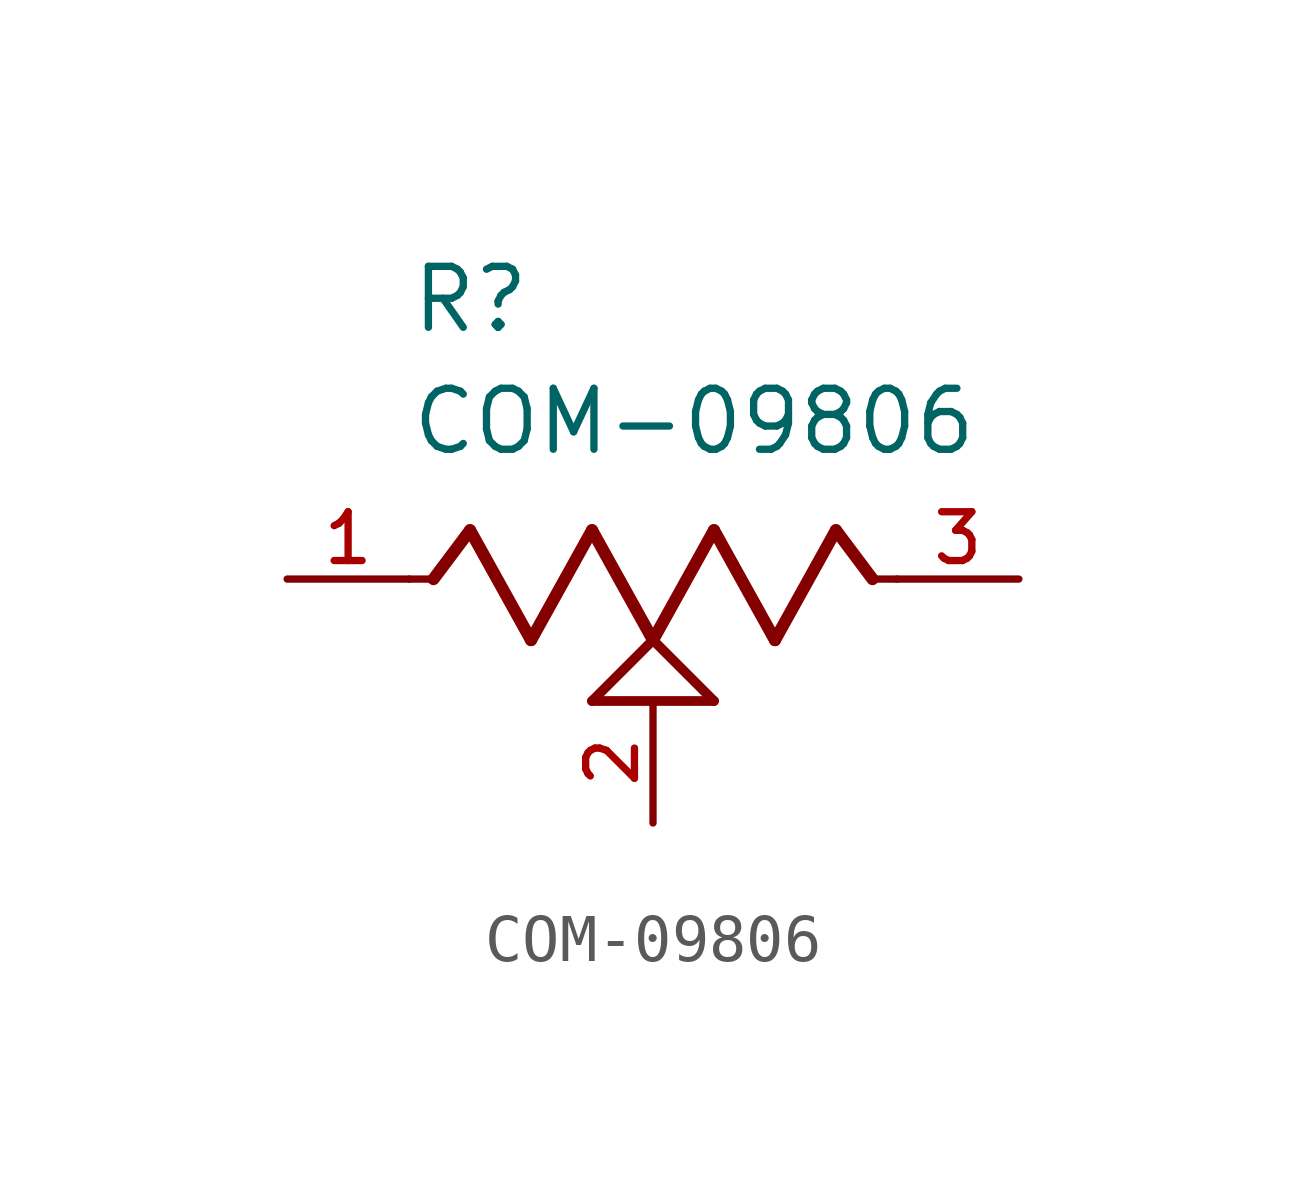
<source format=kicad_sym>
(kicad_symbol_lib
  (version 20211014)
  (generator kicad_symbol_editor)
  (symbol "COM-09806"
    (pin_names
      (offset 1.016))
    (property "Reference" "R"
      (at -5.08 5.08 0)
      (effects (font (size 1.27 1.27)) (justify bottom left)))
    (property "Value" "COM-09806"
      (at -5.08 2.54 0)
      (effects (font (size 1.27 1.27)) (justify bottom left)))
    (symbol "COM-09806_0_0"
      (polyline (pts (xy -5.08 0.0) (xy -4.572 0.0)) (stroke (width 0.152)))
      (polyline (pts (xy -4.572 0.0) (xy -3.81 1.016)) (stroke (width 0.254)))
      (polyline (pts (xy -3.81 1.016) (xy -2.54 -1.27)) (stroke (width 0.254)))
      (polyline (pts (xy -2.54 -1.27) (xy -1.27 1.016)) (stroke (width 0.254)))
      (polyline (pts (xy -1.27 1.016) (xy 0.0 -1.27)) (stroke (width 0.254)))
      (polyline (pts (xy 0.0 -1.27) (xy 1.27 1.016)) (stroke (width 0.254)))
      (polyline (pts (xy 1.27 1.016) (xy 2.54 -1.27)) (stroke (width 0.254)))
      (polyline (pts (xy 2.54 -1.27) (xy 3.81 1.016)) (stroke (width 0.254)))
      (polyline (pts (xy 3.81 1.016) (xy 4.572 0.0)) (stroke (width 0.254)))
      (polyline (pts (xy 4.572 0.0) (xy 5.08 0.0)) (stroke (width 0.152)))
      (polyline (pts (xy 0.0 -1.27) (xy 1.27 -2.54)) (stroke (width 0.203)))
      (polyline (pts (xy -1.27 -2.54) (xy 0.0 -1.27)) (stroke (width 0.203)))
      (polyline (pts (xy 1.27 -2.54) (xy -1.27 -2.54)) (stroke (width 0.203)))
      (pin passive line (at -7.62 0.0 0) (length 2.54) (name "~" (effects (font (size 1.016 1.016)))) (number "1" (effects (font (size 1.016 1.016)))))
      (pin passive line (at 7.62 0.0 180.0) (length 2.54) (name "~" (effects (font (size 1.016 1.016)))) (number "3" (effects (font (size 1.016 1.016)))))
      (pin passive line (at 0.0 -5.08 90.0) (length 2.54) (name "~" (effects (font (size 1.016 1.016)))) (number "2" (effects (font (size 1.016 1.016))))))))
</source>
